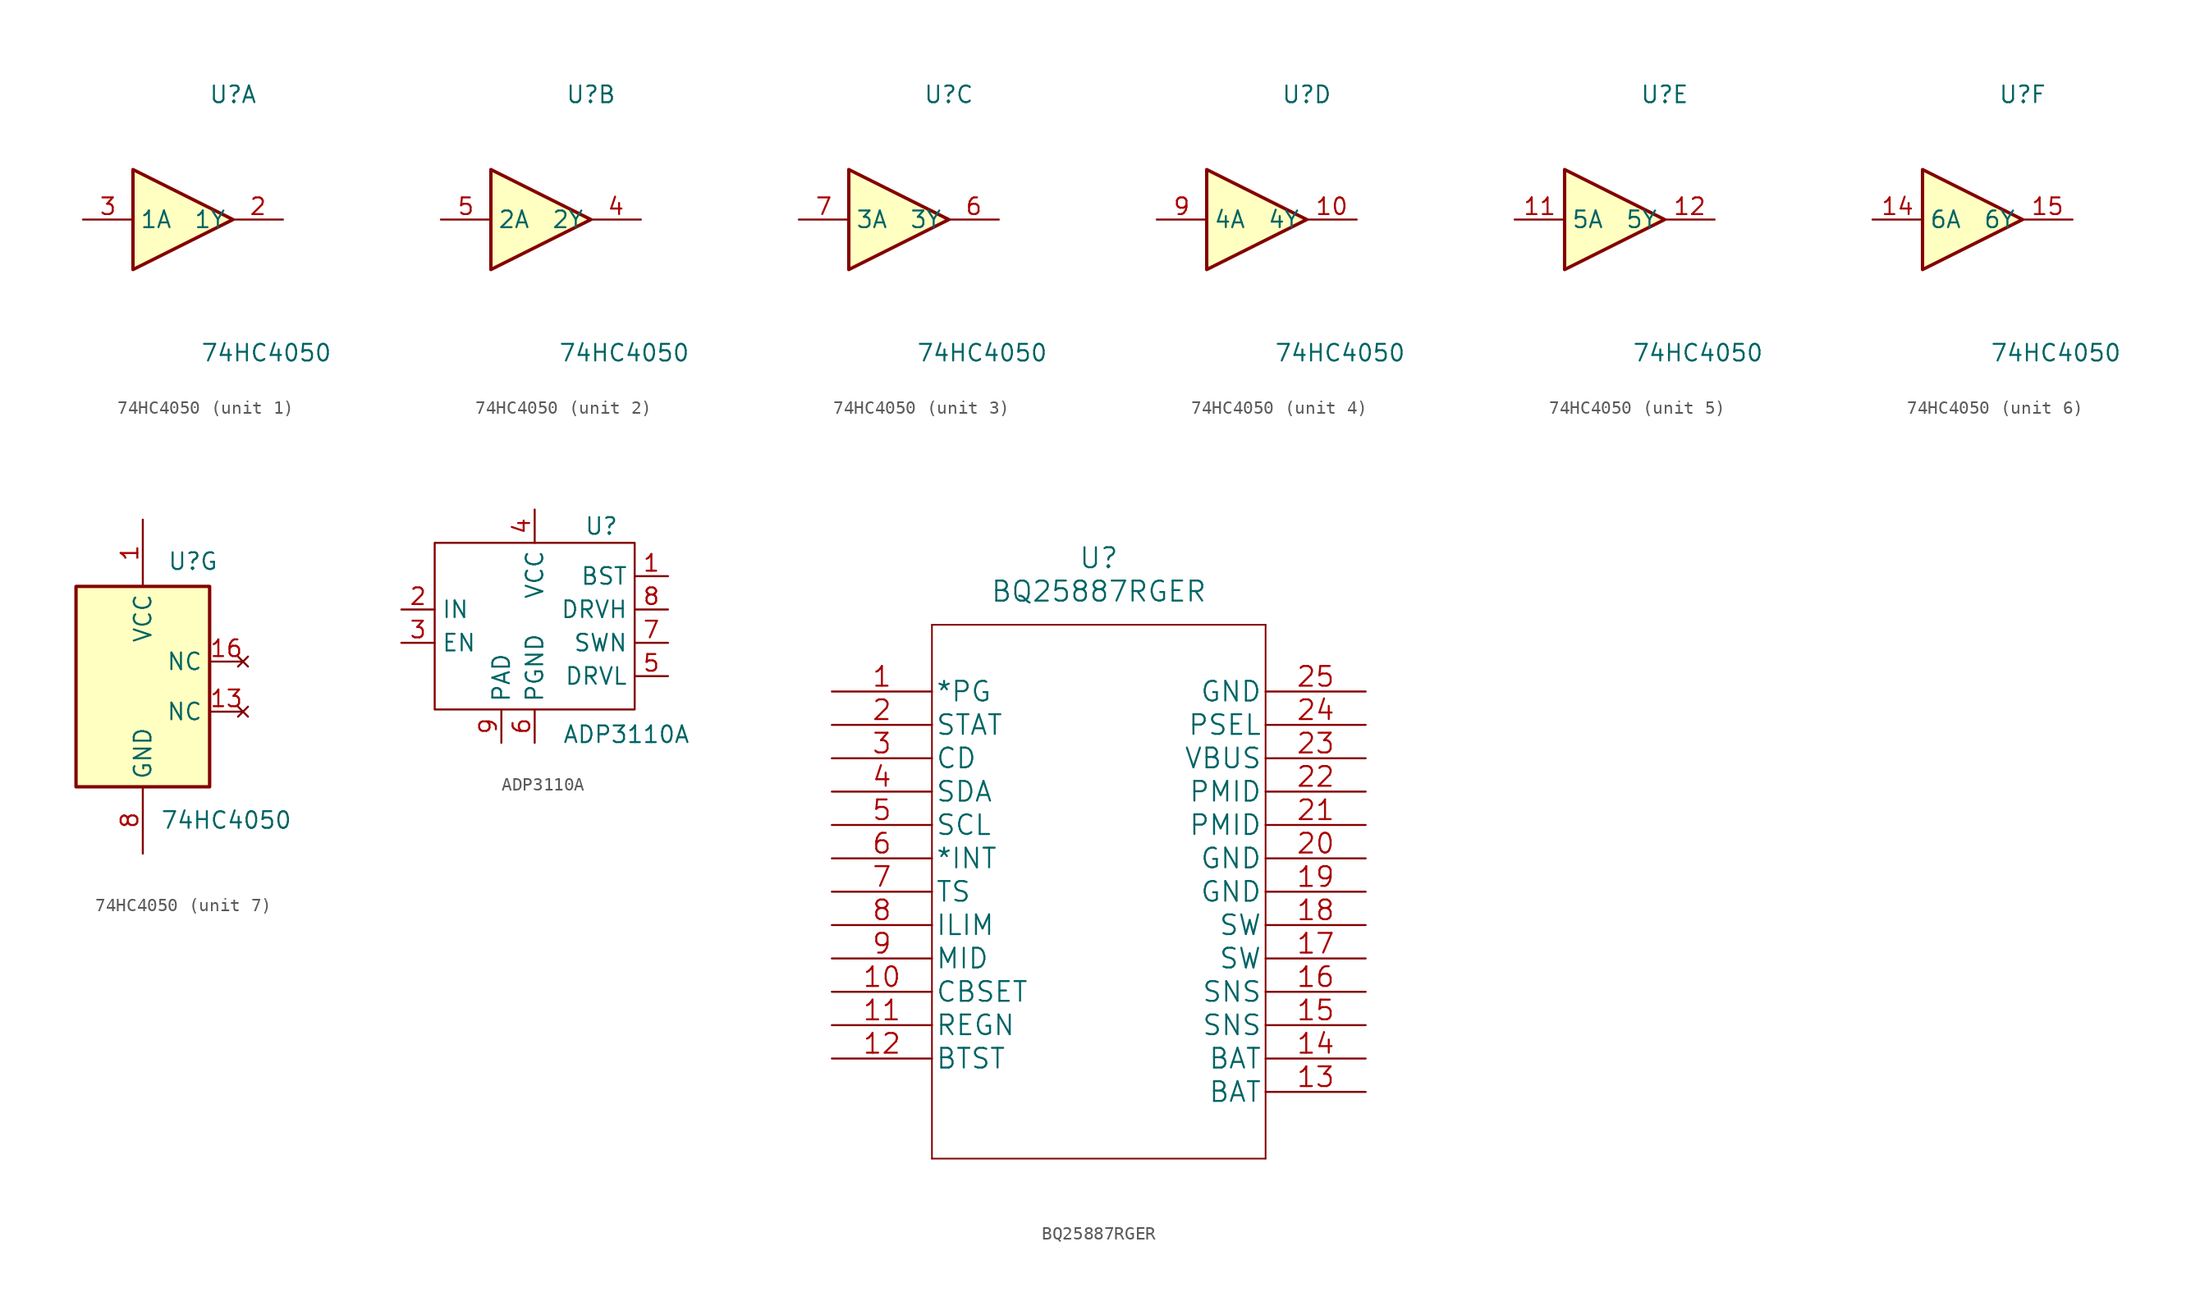
<source format=kicad_sym>
(kicad_symbol_lib
  (version 20231120)
  (generator "kicad_symbol_editor")
  (generator_version "8.0")
  (symbol "74HC4050"
    (property "Reference" "U"
      (at 3.81 9.525 0)
      (effects (font (size 1.27 1.27))))
    (property "Value" "74HC4050"
      (at 6.35 -10.16 0)
      (effects (font (size 1.27 1.27))))
    (property "ki_locked" ""
      (at 0 0 0)
      (effects (font (size 1.27 1.27))))
    (symbol "74HC4050_1_0"
      (polyline (pts (xy -3.81 3.81) (xy -3.81 -3.81) (xy 3.81 0) (xy -3.81 3.81)) (stroke (width 0.254) (type default)) (fill (type background)))
      (pin output line (at 7.62 0 180) (length 3.81) (name "1Y" (effects (font (size 1.27 1.27)))) (number "2" (effects (font (size 1.27 1.27)))))
      (pin input line (at -7.62 0 0) (length 3.81) (name "1A" (effects (font (size 1.27 1.27)))) (number "3" (effects (font (size 1.27 1.27))))))
    (symbol "74HC4050_2_0"
      (polyline (pts (xy -3.81 3.81) (xy -3.81 -3.81) (xy 3.81 0) (xy -3.81 3.81)) (stroke (width 0.254) (type default)) (fill (type background)))
      (pin output line (at 7.62 0 180) (length 3.81) (name "2Y" (effects (font (size 1.27 1.27)))) (number "4" (effects (font (size 1.27 1.27)))))
      (pin input line (at -7.62 0 0) (length 3.81) (name "2A" (effects (font (size 1.27 1.27)))) (number "5" (effects (font (size 1.27 1.27))))))
    (symbol "74HC4050_3_0"
      (polyline (pts (xy -3.81 3.81) (xy -3.81 -3.81) (xy 3.81 0) (xy -3.81 3.81)) (stroke (width 0.254) (type default)) (fill (type background)))
      (pin output line (at 7.62 0 180) (length 3.81) (name "3Y" (effects (font (size 1.27 1.27)))) (number "6" (effects (font (size 1.27 1.27)))))
      (pin input line (at -7.62 0 0) (length 3.81) (name "3A" (effects (font (size 1.27 1.27)))) (number "7" (effects (font (size 1.27 1.27))))))
    (symbol "74HC4050_4_0"
      (polyline (pts (xy -3.81 3.81) (xy -3.81 -3.81) (xy 3.81 0) (xy -3.81 3.81)) (stroke (width 0.254) (type default)) (fill (type background)))
      (pin output line (at 7.62 0 180) (length 3.81) (name "4Y" (effects (font (size 1.27 1.27)))) (number "10" (effects (font (size 1.27 1.27)))))
      (pin input line (at -7.62 0 0) (length 3.81) (name "4A" (effects (font (size 1.27 1.27)))) (number "9" (effects (font (size 1.27 1.27))))))
    (symbol "74HC4050_5_0"
      (polyline (pts (xy -3.81 3.81) (xy -3.81 -3.81) (xy 3.81 0) (xy -3.81 3.81)) (stroke (width 0.254) (type default)) (fill (type background)))
      (pin input line (at -7.62 0 0) (length 3.81) (name "5A" (effects (font (size 1.27 1.27)))) (number "11" (effects (font (size 1.27 1.27)))))
      (pin output line (at 7.62 0 180) (length 3.81) (name "5Y" (effects (font (size 1.27 1.27)))) (number "12" (effects (font (size 1.27 1.27))))))
    (symbol "74HC4050_6_0"
      (polyline (pts (xy -3.81 3.81) (xy -3.81 -3.81) (xy 3.81 0) (xy -3.81 3.81)) (stroke (width 0.254) (type default)) (fill (type background)))
      (pin input line (at -7.62 0 0) (length 3.81) (name "6A" (effects (font (size 1.27 1.27)))) (number "14" (effects (font (size 1.27 1.27)))))
      (pin output line (at 7.62 0 180) (length 3.81) (name "6Y" (effects (font (size 1.27 1.27)))) (number "15" (effects (font (size 1.27 1.27))))))
    (symbol "74HC4050_7_0"
      (pin power_in line (at 0 12.7 270) (length 5.08) (name "VCC" (effects (font (size 1.27 1.27)))) (number "1" (effects (font (size 1.27 1.27)))))
      (pin no_connect line (at 7.62 -1.905 180) (length 2.54) (name "NC" (effects (font (size 1.27 1.27)))) (number "13" (effects (font (size 1.27 1.27)))))
      (pin no_connect line (at 7.62 1.905 180) (length 2.54) (name "NC" (effects (font (size 1.27 1.27)))) (number "16" (effects (font (size 1.27 1.27)))))
      (pin power_in line (at 0 -12.7 90) (length 5.08) (name "GND" (effects (font (size 1.27 1.27)))) (number "8" (effects (font (size 1.27 1.27))))))
    (symbol "74HC4050_7_1"
      (rectangle (start -5.08 7.62) (end 5.08 -7.62) (stroke (width 0.254) (type default)) (fill (type background)))))
  (symbol "ADP3110A"
    (property "Reference" "U"
      (at 5.08 7.62 0)
      (effects (font (size 1.27 1.27))))
    (property "Value" "ADP3110A"
      (at 6.985 -8.255 0)
      (effects (font (size 1.27 1.27))))
    (symbol "ADP3110A_0_0"
      (pin bidirectional line (at 10.16 3.81 180) (length 2.54) (name "BST" (effects (font (size 1.27 1.27)))) (number "1" (effects (font (size 1.27 1.27)))))
      (pin input line (at -10.16 1.27 0) (length 2.54) (name "IN" (effects (font (size 1.27 1.27)))) (number "2" (effects (font (size 1.27 1.27)))))
      (pin input line (at -10.16 -1.27 0) (length 2.54) (name "EN" (effects (font (size 1.27 1.27)))) (number "3" (effects (font (size 1.27 1.27)))))
      (pin power_in line (at 0 8.89 270) (length 2.54) (name "VCC" (effects (font (size 1.27 1.27)))) (number "4" (effects (font (size 1.27 1.27)))))
      (pin bidirectional line (at 10.16 -3.81 180) (length 2.54) (name "DRVL" (effects (font (size 1.27 1.27)))) (number "5" (effects (font (size 1.27 1.27)))))
      (pin power_in line (at 0 -8.89 90) (length 2.54) (name "PGND" (effects (font (size 1.27 1.27)))) (number "6" (effects (font (size 1.27 1.27)))))
      (pin bidirectional line (at 10.16 -1.27 180) (length 2.54) (name "SWN" (effects (font (size 1.27 1.27)))) (number "7" (effects (font (size 1.27 1.27)))))
      (pin bidirectional line (at 10.16 1.27 180) (length 2.54) (name "DRVH" (effects (font (size 1.27 1.27)))) (number "8" (effects (font (size 1.27 1.27)))))
      (pin power_in line (at -2.54 -8.89 90) (length 2.54) (name "PAD" (effects (font (size 1.27 1.27)))) (number "9" (effects (font (size 1.27 1.27))))))
    (symbol "ADP3110A_0_1"
      (rectangle (start -7.62 6.35) (end 7.62 -6.35) (stroke (width 0) (type default)) (fill (type none)))))
  (symbol "BQ25887RGER"
    (pin_names
      (offset 0.254))
    (property "Reference" "U"
      (at 20.32 10.16 0)
      (effects (font (size 1.524 1.524))))
    (property "Value" "BQ25887RGER"
      (at 20.32 7.62 0)
      (effects (font (size 1.524 1.524))))
    (property "Datasheet" ""
      (at 0 0 0)
      (effects (font (size 1.524 1.524))))
    (property "ki_locked" ""
      (at 0 0 0)
      (effects (font (size 1.27 1.27))))
    (symbol "BQ25887RGER_1_1"
      (polyline (pts (xy 7.62 -35.56) (xy 33.02 -35.56)) (stroke (width 0.127) (type default)) (fill (type none)))
      (polyline (pts (xy 7.62 5.08) (xy 7.62 -35.56)) (stroke (width 0.127) (type default)) (fill (type none)))
      (polyline (pts (xy 33.02 -35.56) (xy 33.02 5.08)) (stroke (width 0.127) (type default)) (fill (type none)))
      (polyline (pts (xy 33.02 5.08) (xy 7.62 5.08)) (stroke (width 0.127) (type default)) (fill (type none)))
      (pin output line (at 0 0 0) (length 7.62) (name "*PG" (effects (font (size 1.499 1.499)))) (number "1" (effects (font (size 1.499 1.499)))))
      (pin power_in line (at 0 -22.86 0) (length 7.62) (name "CBSET" (effects (font (size 1.499 1.499)))) (number "10" (effects (font (size 1.499 1.499)))))
      (pin power_in line (at 0 -25.4 0) (length 7.62) (name "REGN" (effects (font (size 1.499 1.499)))) (number "11" (effects (font (size 1.499 1.499)))))
      (pin power_in line (at 0 -27.94 0) (length 7.62) (name "BTST" (effects (font (size 1.499 1.499)))) (number "12" (effects (font (size 1.499 1.499)))))
      (pin power_in line (at 40.64 -30.48 180) (length 7.62) (name "BAT" (effects (font (size 1.499 1.499)))) (number "13" (effects (font (size 1.499 1.499)))))
      (pin power_in line (at 40.64 -27.94 180) (length 7.62) (name "BAT" (effects (font (size 1.499 1.499)))) (number "14" (effects (font (size 1.499 1.499)))))
      (pin unspecified line (at 40.64 -25.4 180) (length 7.62) (name "SNS" (effects (font (size 1.499 1.499)))) (number "15" (effects (font (size 1.499 1.499)))))
      (pin unspecified line (at 40.64 -22.86 180) (length 7.62) (name "SNS" (effects (font (size 1.499 1.499)))) (number "16" (effects (font (size 1.499 1.499)))))
      (pin power_in line (at 40.64 -20.32 180) (length 7.62) (name "SW" (effects (font (size 1.499 1.499)))) (number "17" (effects (font (size 1.499 1.499)))))
      (pin power_in line (at 40.64 -17.78 180) (length 7.62) (name "SW" (effects (font (size 1.499 1.499)))) (number "18" (effects (font (size 1.499 1.499)))))
      (pin power_in line (at 40.64 -15.24 180) (length 7.62) (name "GND" (effects (font (size 1.499 1.499)))) (number "19" (effects (font (size 1.499 1.499)))))
      (pin output line (at 0 -2.54 0) (length 7.62) (name "STAT" (effects (font (size 1.499 1.499)))) (number "2" (effects (font (size 1.499 1.499)))))
      (pin power_in line (at 40.64 -12.7 180) (length 7.62) (name "GND" (effects (font (size 1.499 1.499)))) (number "20" (effects (font (size 1.499 1.499)))))
      (pin power_in line (at 40.64 -10.16 180) (length 7.62) (name "PMID" (effects (font (size 1.499 1.499)))) (number "21" (effects (font (size 1.499 1.499)))))
      (pin power_in line (at 40.64 -7.62 180) (length 7.62) (name "PMID" (effects (font (size 1.499 1.499)))) (number "22" (effects (font (size 1.499 1.499)))))
      (pin power_in line (at 40.64 -5.08 180) (length 7.62) (name "VBUS" (effects (font (size 1.499 1.499)))) (number "23" (effects (font (size 1.499 1.499)))))
      (pin input line (at 40.64 -2.54 180) (length 7.62) (name "PSEL" (effects (font (size 1.499 1.499)))) (number "24" (effects (font (size 1.499 1.499)))))
      (pin power_in line (at 40.64 0 180) (length 7.62) (name "GND" (effects (font (size 1.499 1.499)))) (number "25" (effects (font (size 1.499 1.499)))))
      (pin input line (at 0 -5.08 0) (length 7.62) (name "CD" (effects (font (size 1.499 1.499)))) (number "3" (effects (font (size 1.499 1.499)))))
      (pin bidirectional line (at 0 -7.62 0) (length 7.62) (name "SDA" (effects (font (size 1.499 1.499)))) (number "4" (effects (font (size 1.499 1.499)))))
      (pin input line (at 0 -10.16 0) (length 7.62) (name "SCL" (effects (font (size 1.499 1.499)))) (number "5" (effects (font (size 1.499 1.499)))))
      (pin output line (at 0 -12.7 0) (length 7.62) (name "*INT" (effects (font (size 1.499 1.499)))) (number "6" (effects (font (size 1.499 1.499)))))
      (pin unspecified line (at 0 -15.24 0) (length 7.62) (name "TS" (effects (font (size 1.499 1.499)))) (number "7" (effects (font (size 1.499 1.499)))))
      (pin unspecified line (at 0 -17.78 0) (length 7.62) (name "ILIM" (effects (font (size 1.499 1.499)))) (number "8" (effects (font (size 1.499 1.499)))))
      (pin unspecified line (at 0 -20.32 0) (length 7.62) (name "MID" (effects (font (size 1.499 1.499)))) (number "9" (effects (font (size 1.499 1.499))))))))
</source>
